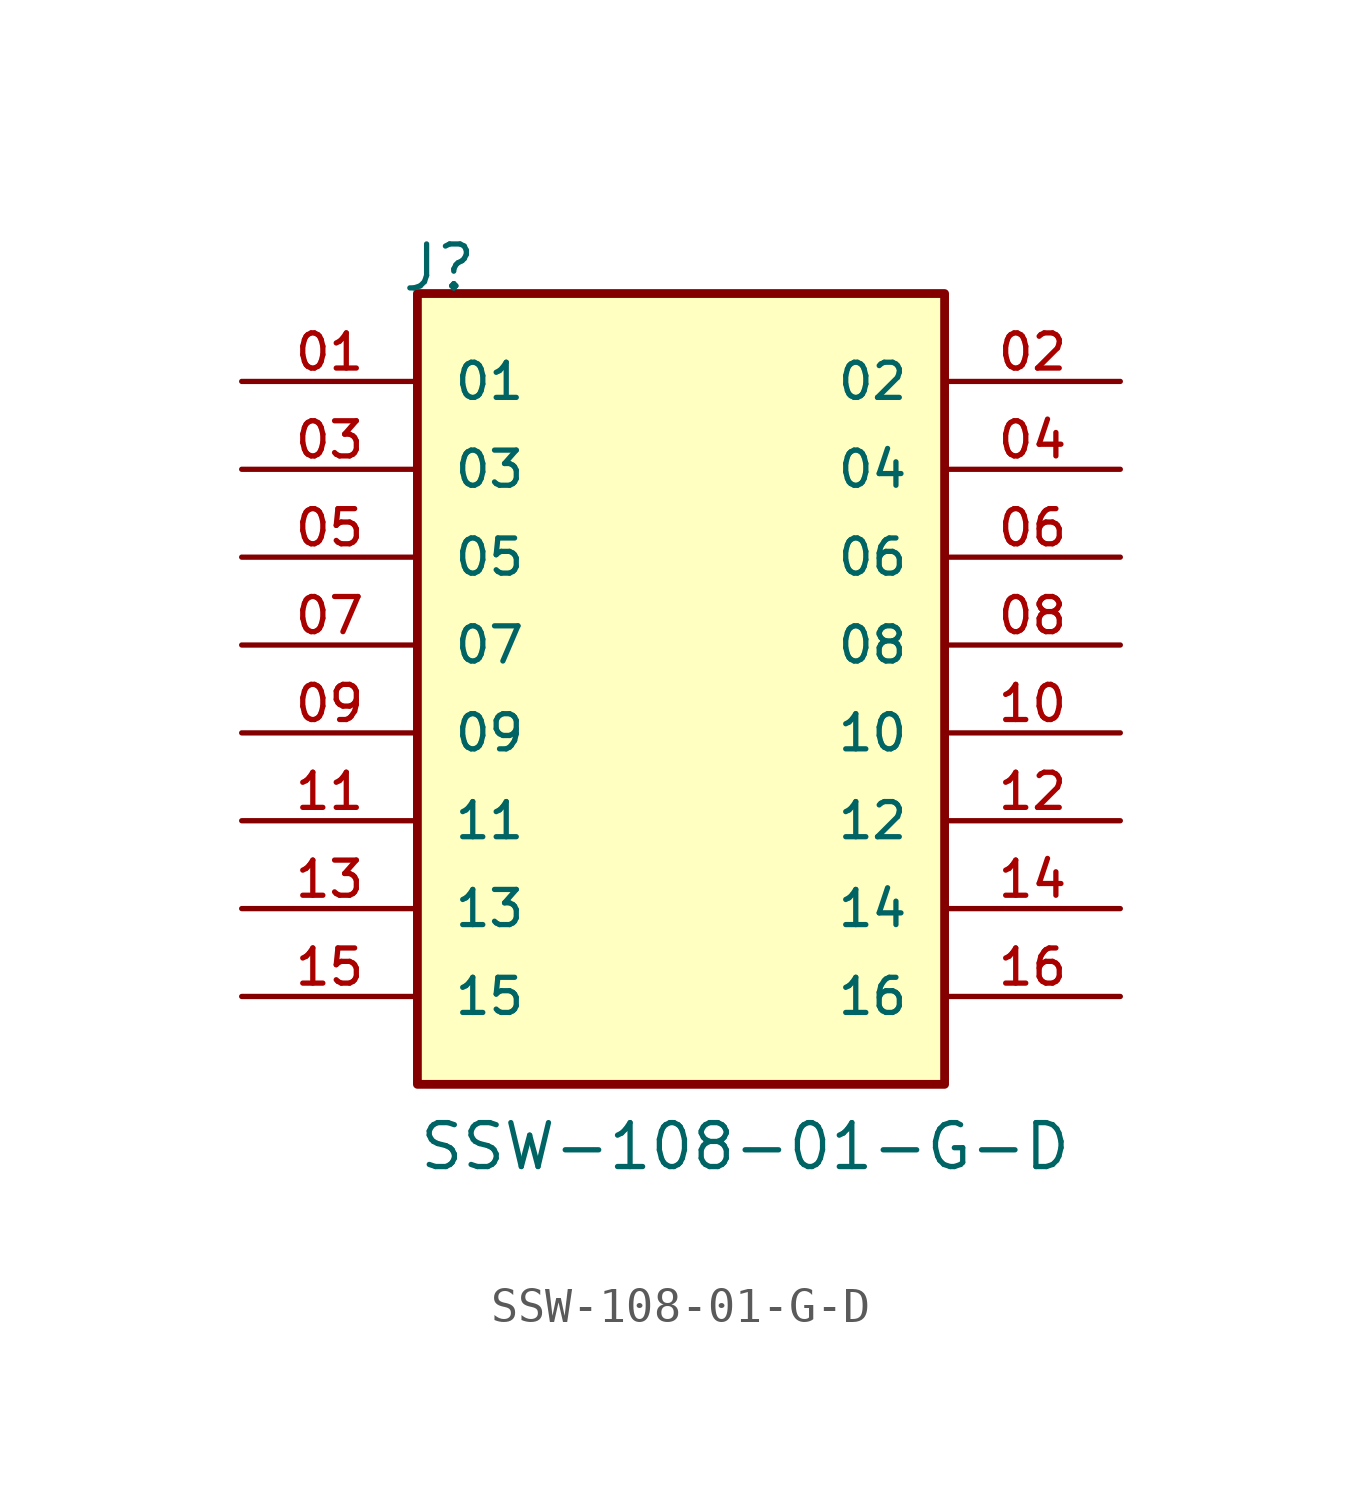
<source format=kicad_sym>
(kicad_symbol_lib
  (version 20211014)
  (generator kicad_symbol_editor)
  (symbol "SSW-108-01-G-D"
    (pin_names
      (offset 1.016))
    (property "Reference" "J"
      (at -8.12 12.7 0)
      (effects (font (size 1.27 1.27)) (justify bottom left)))
    (property "Value" "SSW-108-01-G-D"
      (at -7.62 -12.7 0)
      (effects (font (size 1.27 1.27)) (justify bottom left)))
    (symbol "SSW-108-01-G-D_0_0"
      (rectangle (start -7.62 -10.16) (end 7.62 12.7) (stroke (width 0.254)) (fill (type background)))
      (pin passive line (at -12.7 10.16 0) (length 5.08) (name "01" (effects (font (size 1.016 1.016)))) (number "01" (effects (font (size 1.016 1.016)))))
      (pin passive line (at 12.7 10.16 180.0) (length 5.08) (name "02" (effects (font (size 1.016 1.016)))) (number "02" (effects (font (size 1.016 1.016)))))
      (pin passive line (at -12.7 7.62 0) (length 5.08) (name "03" (effects (font (size 1.016 1.016)))) (number "03" (effects (font (size 1.016 1.016)))))
      (pin passive line (at 12.7 7.62 180.0) (length 5.08) (name "04" (effects (font (size 1.016 1.016)))) (number "04" (effects (font (size 1.016 1.016)))))
      (pin passive line (at -12.7 5.08 0) (length 5.08) (name "05" (effects (font (size 1.016 1.016)))) (number "05" (effects (font (size 1.016 1.016)))))
      (pin passive line (at 12.7 5.08 180.0) (length 5.08) (name "06" (effects (font (size 1.016 1.016)))) (number "06" (effects (font (size 1.016 1.016)))))
      (pin passive line (at -12.7 2.54 0) (length 5.08) (name "07" (effects (font (size 1.016 1.016)))) (number "07" (effects (font (size 1.016 1.016)))))
      (pin passive line (at 12.7 2.54 180.0) (length 5.08) (name "08" (effects (font (size 1.016 1.016)))) (number "08" (effects (font (size 1.016 1.016)))))
      (pin passive line (at -12.7 0.0 0) (length 5.08) (name "09" (effects (font (size 1.016 1.016)))) (number "09" (effects (font (size 1.016 1.016)))))
      (pin passive line (at 12.7 0.0 180.0) (length 5.08) (name "10" (effects (font (size 1.016 1.016)))) (number "10" (effects (font (size 1.016 1.016)))))
      (pin passive line (at -12.7 -2.54 0) (length 5.08) (name "11" (effects (font (size 1.016 1.016)))) (number "11" (effects (font (size 1.016 1.016)))))
      (pin passive line (at 12.7 -2.54 180.0) (length 5.08) (name "12" (effects (font (size 1.016 1.016)))) (number "12" (effects (font (size 1.016 1.016)))))
      (pin passive line (at -12.7 -5.08 0) (length 5.08) (name "13" (effects (font (size 1.016 1.016)))) (number "13" (effects (font (size 1.016 1.016)))))
      (pin passive line (at 12.7 -5.08 180.0) (length 5.08) (name "14" (effects (font (size 1.016 1.016)))) (number "14" (effects (font (size 1.016 1.016)))))
      (pin passive line (at -12.7 -7.62 0) (length 5.08) (name "15" (effects (font (size 1.016 1.016)))) (number "15" (effects (font (size 1.016 1.016)))))
      (pin passive line (at 12.7 -7.62 180.0) (length 5.08) (name "16" (effects (font (size 1.016 1.016)))) (number "16" (effects (font (size 1.016 1.016))))))))
</source>
